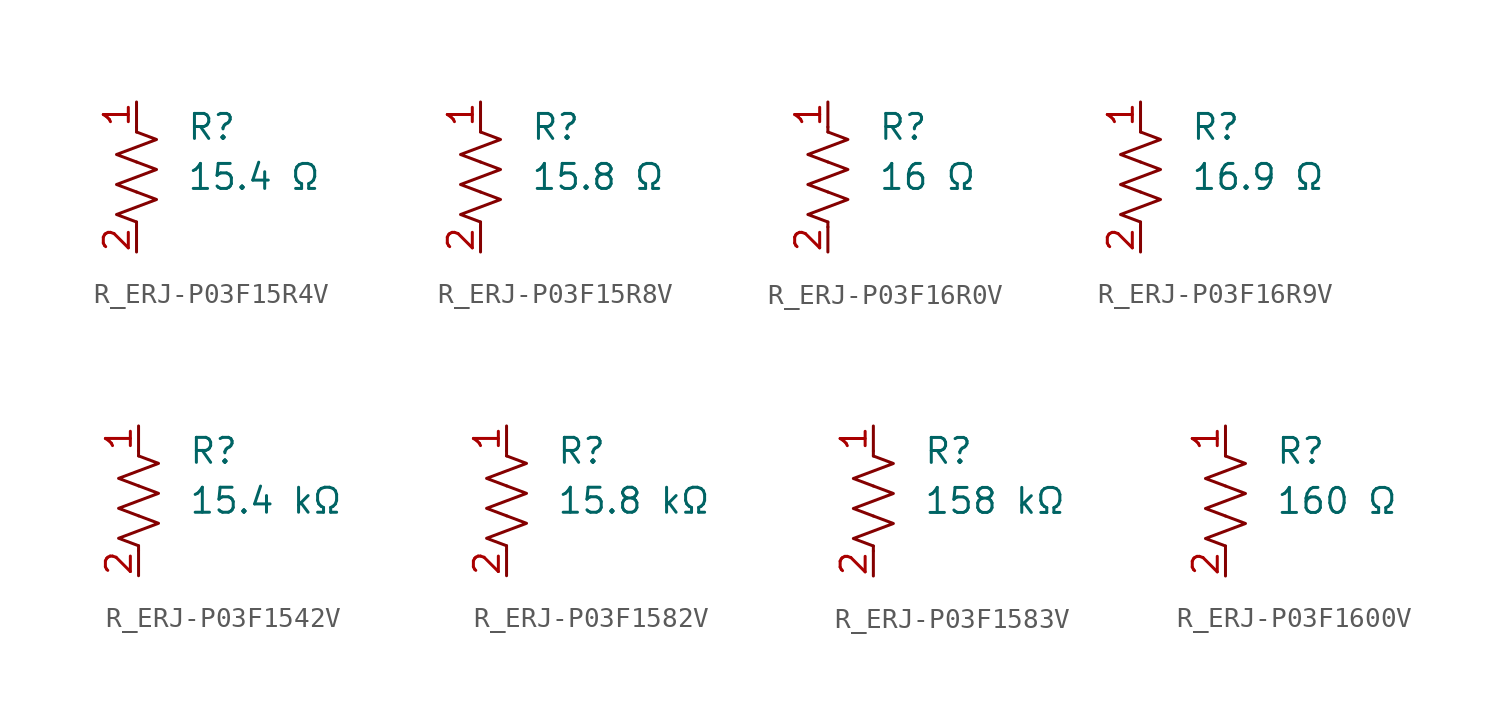
<source format=kicad_sym>
(kicad_symbol_lib
  (version 20231120)
  (generator "kicad_symbol_editor")
  (generator_version "8.0")
  (symbol "R_ERJ-P03F15R4V"
    (pin_names
      (offset 0.254))
    (property "Value" "15.4 Ω"
      (at 2.54 0 0)
      (effects (font (size 1.27 1.27)) (justify left)))
    (property "Reference" "R"
      (at 2.54 2.54 0)
      (effects (font (size 1.27 1.27)) (justify left)))
    (symbol "R_ERJ-P03F15R4V_0_1"
      (polyline (pts (xy 0 -2.286) (xy 0 -2.54)) (stroke (width 0) (type default)) (fill (type none)))
      (polyline (pts (xy 0 2.286) (xy 0 2.54)) (stroke (width 0) (type default)) (fill (type none)))
      (polyline (pts (xy 0 -0.762) (xy 1.016 -1.143) (xy 0 -1.524) (xy -1.016 -1.905) (xy 0 -2.286)) (stroke (width 0) (type default)) (fill (type none)))
      (polyline (pts (xy 0 0.762) (xy 1.016 0.381) (xy 0 0) (xy -1.016 -0.381) (xy 0 -0.762)) (stroke (width 0) (type default)) (fill (type none)))
      (polyline (pts (xy 0 2.286) (xy 1.016 1.905) (xy 0 1.524) (xy -1.016 1.143) (xy 0 0.762)) (stroke (width 0) (type default)) (fill (type none))))
    (symbol "R_ERJ-P03F15R4V_1_1"
      (pin passive line (at 0 3.81 270) (length 1.27) (name "~" (effects (font (size 1.27 1.27)))) (number "1" (effects (font (size 1.27 1.27)))))
      (pin passive line (at 0 -3.81 90) (length 1.27) (name "~" (effects (font (size 1.27 1.27)))) (number "2" (effects (font (size 1.27 1.27)))))))
  (symbol "R_ERJ-P03F15R8V"
    (pin_names
      (offset 0.254))
    (property "Value" "15.8 Ω"
      (at 2.54 0 0)
      (effects (font (size 1.27 1.27)) (justify left)))
    (property "Reference" "R"
      (at 2.54 2.54 0)
      (effects (font (size 1.27 1.27)) (justify left)))
    (symbol "R_ERJ-P03F15R8V_0_1"
      (polyline (pts (xy 0 -2.286) (xy 0 -2.54)) (stroke (width 0) (type default)) (fill (type none)))
      (polyline (pts (xy 0 2.286) (xy 0 2.54)) (stroke (width 0) (type default)) (fill (type none)))
      (polyline (pts (xy 0 -0.762) (xy 1.016 -1.143) (xy 0 -1.524) (xy -1.016 -1.905) (xy 0 -2.286)) (stroke (width 0) (type default)) (fill (type none)))
      (polyline (pts (xy 0 0.762) (xy 1.016 0.381) (xy 0 0) (xy -1.016 -0.381) (xy 0 -0.762)) (stroke (width 0) (type default)) (fill (type none)))
      (polyline (pts (xy 0 2.286) (xy 1.016 1.905) (xy 0 1.524) (xy -1.016 1.143) (xy 0 0.762)) (stroke (width 0) (type default)) (fill (type none))))
    (symbol "R_ERJ-P03F15R8V_1_1"
      (pin passive line (at 0 3.81 270) (length 1.27) (name "~" (effects (font (size 1.27 1.27)))) (number "1" (effects (font (size 1.27 1.27)))))
      (pin passive line (at 0 -3.81 90) (length 1.27) (name "~" (effects (font (size 1.27 1.27)))) (number "2" (effects (font (size 1.27 1.27)))))))
  (symbol "R_ERJ-P03F16R0V"
    (pin_names
      (offset 0.254))
    (property "Value" "16 Ω"
      (at 2.54 0 0)
      (effects (font (size 1.27 1.27)) (justify left)))
    (property "Reference" "R"
      (at 2.54 2.54 0)
      (effects (font (size 1.27 1.27)) (justify left)))
    (symbol "R_ERJ-P03F16R0V_0_1"
      (polyline (pts (xy 0 -2.286) (xy 0 -2.54)) (stroke (width 0) (type default)) (fill (type none)))
      (polyline (pts (xy 0 2.286) (xy 0 2.54)) (stroke (width 0) (type default)) (fill (type none)))
      (polyline (pts (xy 0 -0.762) (xy 1.016 -1.143) (xy 0 -1.524) (xy -1.016 -1.905) (xy 0 -2.286)) (stroke (width 0) (type default)) (fill (type none)))
      (polyline (pts (xy 0 0.762) (xy 1.016 0.381) (xy 0 0) (xy -1.016 -0.381) (xy 0 -0.762)) (stroke (width 0) (type default)) (fill (type none)))
      (polyline (pts (xy 0 2.286) (xy 1.016 1.905) (xy 0 1.524) (xy -1.016 1.143) (xy 0 0.762)) (stroke (width 0) (type default)) (fill (type none))))
    (symbol "R_ERJ-P03F16R0V_1_1"
      (pin passive line (at 0 3.81 270) (length 1.27) (name "~" (effects (font (size 1.27 1.27)))) (number "1" (effects (font (size 1.27 1.27)))))
      (pin passive line (at 0 -3.81 90) (length 1.27) (name "~" (effects (font (size 1.27 1.27)))) (number "2" (effects (font (size 1.27 1.27)))))))
  (symbol "R_ERJ-P03F16R9V"
    (pin_names
      (offset 0.254))
    (property "Value" "16.9 Ω"
      (at 2.54 0 0)
      (effects (font (size 1.27 1.27)) (justify left)))
    (property "Reference" "R"
      (at 2.54 2.54 0)
      (effects (font (size 1.27 1.27)) (justify left)))
    (symbol "R_ERJ-P03F16R9V_0_1"
      (polyline (pts (xy 0 -2.286) (xy 0 -2.54)) (stroke (width 0) (type default)) (fill (type none)))
      (polyline (pts (xy 0 2.286) (xy 0 2.54)) (stroke (width 0) (type default)) (fill (type none)))
      (polyline (pts (xy 0 -0.762) (xy 1.016 -1.143) (xy 0 -1.524) (xy -1.016 -1.905) (xy 0 -2.286)) (stroke (width 0) (type default)) (fill (type none)))
      (polyline (pts (xy 0 0.762) (xy 1.016 0.381) (xy 0 0) (xy -1.016 -0.381) (xy 0 -0.762)) (stroke (width 0) (type default)) (fill (type none)))
      (polyline (pts (xy 0 2.286) (xy 1.016 1.905) (xy 0 1.524) (xy -1.016 1.143) (xy 0 0.762)) (stroke (width 0) (type default)) (fill (type none))))
    (symbol "R_ERJ-P03F16R9V_1_1"
      (pin passive line (at 0 3.81 270) (length 1.27) (name "~" (effects (font (size 1.27 1.27)))) (number "1" (effects (font (size 1.27 1.27)))))
      (pin passive line (at 0 -3.81 90) (length 1.27) (name "~" (effects (font (size 1.27 1.27)))) (number "2" (effects (font (size 1.27 1.27)))))))
  (symbol "R_ERJ-P03F1542V"
    (pin_names
      (offset 0.254))
    (property "Value" "15.4 kΩ"
      (at 2.54 0 0)
      (effects (font (size 1.27 1.27)) (justify left)))
    (property "Reference" "R"
      (at 2.54 2.54 0)
      (effects (font (size 1.27 1.27)) (justify left)))
    (symbol "R_ERJ-P03F1542V_0_1"
      (polyline (pts (xy 0 -2.286) (xy 0 -2.54)) (stroke (width 0) (type default)) (fill (type none)))
      (polyline (pts (xy 0 2.286) (xy 0 2.54)) (stroke (width 0) (type default)) (fill (type none)))
      (polyline (pts (xy 0 -0.762) (xy 1.016 -1.143) (xy 0 -1.524) (xy -1.016 -1.905) (xy 0 -2.286)) (stroke (width 0) (type default)) (fill (type none)))
      (polyline (pts (xy 0 0.762) (xy 1.016 0.381) (xy 0 0) (xy -1.016 -0.381) (xy 0 -0.762)) (stroke (width 0) (type default)) (fill (type none)))
      (polyline (pts (xy 0 2.286) (xy 1.016 1.905) (xy 0 1.524) (xy -1.016 1.143) (xy 0 0.762)) (stroke (width 0) (type default)) (fill (type none))))
    (symbol "R_ERJ-P03F1542V_1_1"
      (pin passive line (at 0 3.81 270) (length 1.27) (name "~" (effects (font (size 1.27 1.27)))) (number "1" (effects (font (size 1.27 1.27)))))
      (pin passive line (at 0 -3.81 90) (length 1.27) (name "~" (effects (font (size 1.27 1.27)))) (number "2" (effects (font (size 1.27 1.27)))))))
  (symbol "R_ERJ-P03F1582V"
    (pin_names
      (offset 0.254))
    (property "Value" "15.8 kΩ"
      (at 2.54 0 0)
      (effects (font (size 1.27 1.27)) (justify left)))
    (property "Reference" "R"
      (at 2.54 2.54 0)
      (effects (font (size 1.27 1.27)) (justify left)))
    (symbol "R_ERJ-P03F1582V_0_1"
      (polyline (pts (xy 0 -2.286) (xy 0 -2.54)) (stroke (width 0) (type default)) (fill (type none)))
      (polyline (pts (xy 0 2.286) (xy 0 2.54)) (stroke (width 0) (type default)) (fill (type none)))
      (polyline (pts (xy 0 -0.762) (xy 1.016 -1.143) (xy 0 -1.524) (xy -1.016 -1.905) (xy 0 -2.286)) (stroke (width 0) (type default)) (fill (type none)))
      (polyline (pts (xy 0 0.762) (xy 1.016 0.381) (xy 0 0) (xy -1.016 -0.381) (xy 0 -0.762)) (stroke (width 0) (type default)) (fill (type none)))
      (polyline (pts (xy 0 2.286) (xy 1.016 1.905) (xy 0 1.524) (xy -1.016 1.143) (xy 0 0.762)) (stroke (width 0) (type default)) (fill (type none))))
    (symbol "R_ERJ-P03F1582V_1_1"
      (pin passive line (at 0 3.81 270) (length 1.27) (name "~" (effects (font (size 1.27 1.27)))) (number "1" (effects (font (size 1.27 1.27)))))
      (pin passive line (at 0 -3.81 90) (length 1.27) (name "~" (effects (font (size 1.27 1.27)))) (number "2" (effects (font (size 1.27 1.27)))))))
  (symbol "R_ERJ-P03F1583V"
    (pin_names
      (offset 0.254))
    (property "Value" "158 kΩ"
      (at 2.54 0 0)
      (effects (font (size 1.27 1.27)) (justify left)))
    (property "Reference" "R"
      (at 2.54 2.54 0)
      (effects (font (size 1.27 1.27)) (justify left)))
    (symbol "R_ERJ-P03F1583V_0_1"
      (polyline (pts (xy 0 -2.286) (xy 0 -2.54)) (stroke (width 0) (type default)) (fill (type none)))
      (polyline (pts (xy 0 2.286) (xy 0 2.54)) (stroke (width 0) (type default)) (fill (type none)))
      (polyline (pts (xy 0 -0.762) (xy 1.016 -1.143) (xy 0 -1.524) (xy -1.016 -1.905) (xy 0 -2.286)) (stroke (width 0) (type default)) (fill (type none)))
      (polyline (pts (xy 0 0.762) (xy 1.016 0.381) (xy 0 0) (xy -1.016 -0.381) (xy 0 -0.762)) (stroke (width 0) (type default)) (fill (type none)))
      (polyline (pts (xy 0 2.286) (xy 1.016 1.905) (xy 0 1.524) (xy -1.016 1.143) (xy 0 0.762)) (stroke (width 0) (type default)) (fill (type none))))
    (symbol "R_ERJ-P03F1583V_1_1"
      (pin passive line (at 0 3.81 270) (length 1.27) (name "~" (effects (font (size 1.27 1.27)))) (number "1" (effects (font (size 1.27 1.27)))))
      (pin passive line (at 0 -3.81 90) (length 1.27) (name "~" (effects (font (size 1.27 1.27)))) (number "2" (effects (font (size 1.27 1.27)))))))
  (symbol "R_ERJ-P03F1600V"
    (pin_names
      (offset 0.254))
    (property "Value" "160 Ω"
      (at 2.54 0 0)
      (effects (font (size 1.27 1.27)) (justify left)))
    (property "Reference" "R"
      (at 2.54 2.54 0)
      (effects (font (size 1.27 1.27)) (justify left)))
    (symbol "R_ERJ-P03F1600V_0_1"
      (polyline (pts (xy 0 -2.286) (xy 0 -2.54)) (stroke (width 0) (type default)) (fill (type none)))
      (polyline (pts (xy 0 2.286) (xy 0 2.54)) (stroke (width 0) (type default)) (fill (type none)))
      (polyline (pts (xy 0 -0.762) (xy 1.016 -1.143) (xy 0 -1.524) (xy -1.016 -1.905) (xy 0 -2.286)) (stroke (width 0) (type default)) (fill (type none)))
      (polyline (pts (xy 0 0.762) (xy 1.016 0.381) (xy 0 0) (xy -1.016 -0.381) (xy 0 -0.762)) (stroke (width 0) (type default)) (fill (type none)))
      (polyline (pts (xy 0 2.286) (xy 1.016 1.905) (xy 0 1.524) (xy -1.016 1.143) (xy 0 0.762)) (stroke (width 0) (type default)) (fill (type none))))
    (symbol "R_ERJ-P03F1600V_1_1"
      (pin passive line (at 0 3.81 270) (length 1.27) (name "~" (effects (font (size 1.27 1.27)))) (number "1" (effects (font (size 1.27 1.27)))))
      (pin passive line (at 0 -3.81 90) (length 1.27) (name "~" (effects (font (size 1.27 1.27)))) (number "2" (effects (font (size 1.27 1.27))))))))
</source>
